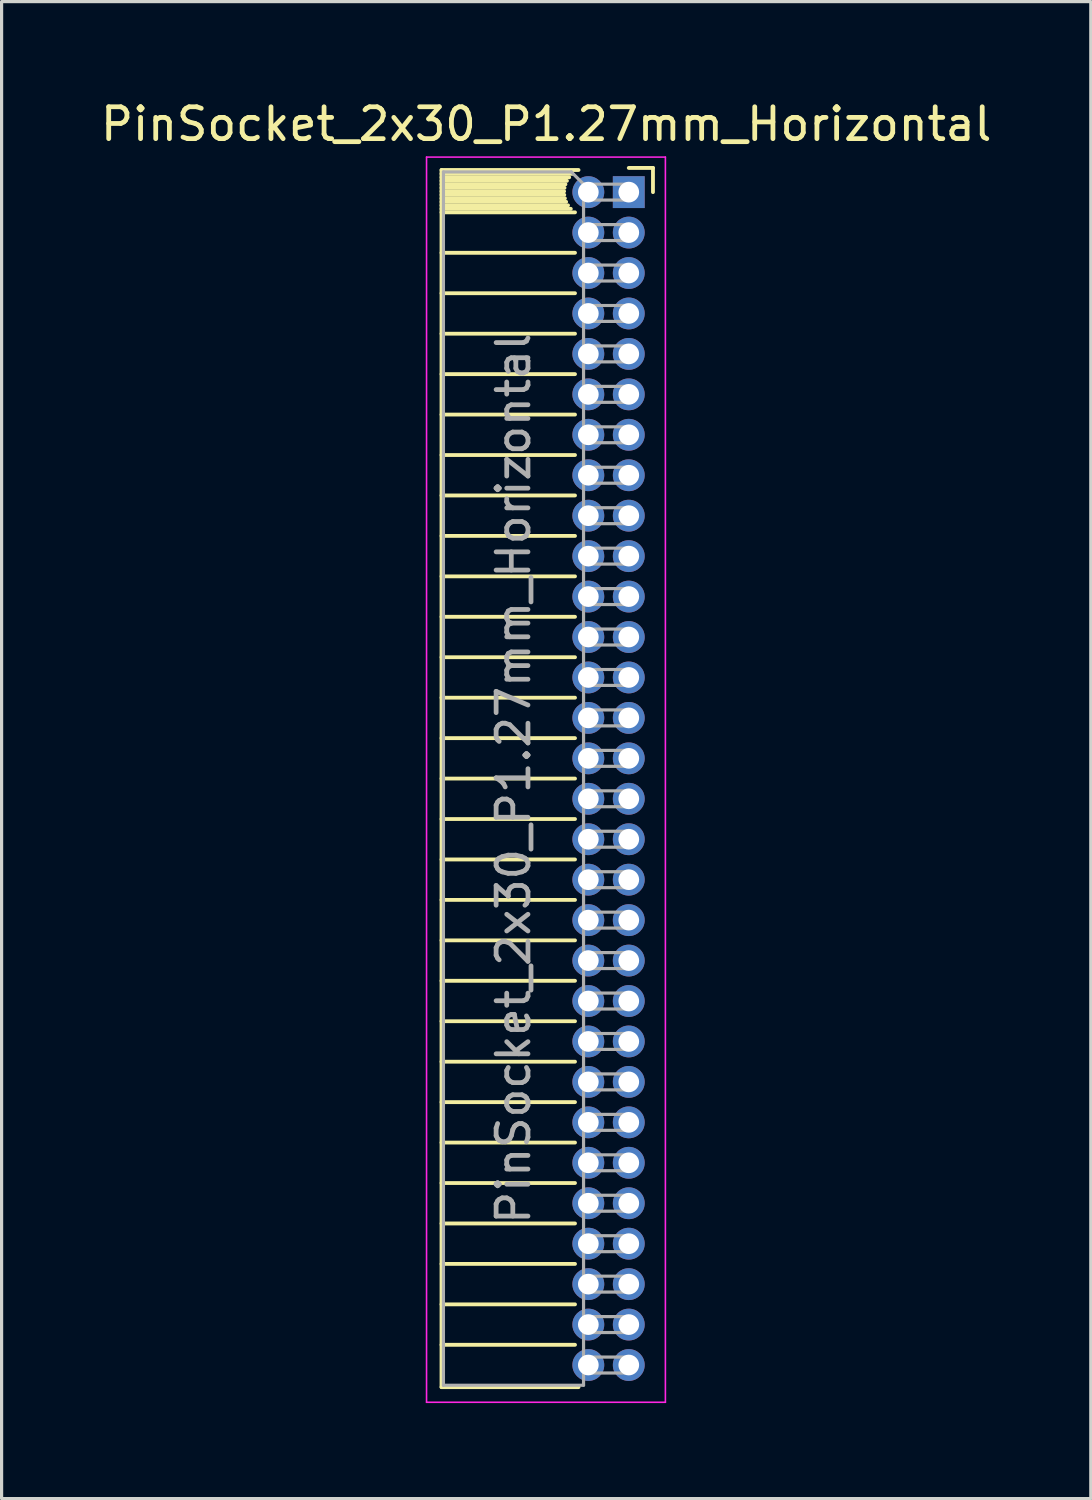
<source format=kicad_pcb>
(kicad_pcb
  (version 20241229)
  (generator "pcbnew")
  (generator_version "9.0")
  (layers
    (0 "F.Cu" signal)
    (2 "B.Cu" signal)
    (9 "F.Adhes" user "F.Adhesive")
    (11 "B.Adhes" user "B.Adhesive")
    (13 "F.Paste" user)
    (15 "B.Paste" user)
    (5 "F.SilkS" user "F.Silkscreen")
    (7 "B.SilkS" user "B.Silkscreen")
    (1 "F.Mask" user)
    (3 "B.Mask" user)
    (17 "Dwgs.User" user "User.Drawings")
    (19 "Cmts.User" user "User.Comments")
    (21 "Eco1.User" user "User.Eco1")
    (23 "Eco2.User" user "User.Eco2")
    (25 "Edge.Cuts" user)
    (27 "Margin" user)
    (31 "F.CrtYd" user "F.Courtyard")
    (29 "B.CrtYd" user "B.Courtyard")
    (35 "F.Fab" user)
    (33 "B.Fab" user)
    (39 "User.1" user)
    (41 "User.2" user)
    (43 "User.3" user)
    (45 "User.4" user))
  (footprint "PinSocket_2x30_P1.27mm_Horizontal"
    (layer "F.Cu")
    (at 16.694 2.983)
    (property "Reference" "PinSocket_2x30_P1.27mm_Horizontal" (at -2.592 -2.135 0) (layer "F.SilkS") (effects (font (size 1 1) (thickness 0.15))))
    (attr through_hole)
    (fp_line (start -5.88 -0.695) (end -5.88 37.525) (stroke (width 0.12) (type solid)) (layer "F.SilkS"))
    (fp_line (start -5.88 -0.695) (end -1.578 -0.695) (stroke (width 0.12) (type solid)) (layer "F.SilkS"))
    (fp_line (start -5.88 -0.575) (end -1.767 -0.575) (stroke (width 0.12) (type solid)) (layer "F.SilkS"))
    (fp_line (start -5.88 -0.465) (end -1.871 -0.465) (stroke (width 0.12) (type solid)) (layer "F.SilkS"))
    (fp_line (start -5.88 -0.355) (end -1.942 -0.355) (stroke (width 0.12) (type solid)) (layer "F.SilkS"))
    (fp_line (start -5.88 -0.245) (end -1.989 -0.245) (stroke (width 0.12) (type solid)) (layer "F.SilkS"))
    (fp_line (start -5.88 -0.135) (end -2.018 -0.135) (stroke (width 0.12) (type solid)) (layer "F.SilkS"))
    (fp_line (start -5.88 -0.025) (end -2.03 -0.025) (stroke (width 0.12) (type solid)) (layer "F.SilkS"))
    (fp_line (start -5.88 0.085) (end -2.025 0.085) (stroke (width 0.12) (type solid)) (layer "F.SilkS"))
    (fp_line (start -5.88 0.195) (end -2.005 0.195) (stroke (width 0.12) (type solid)) (layer "F.SilkS"))
    (fp_line (start -5.88 0.305) (end -1.966 0.305) (stroke (width 0.12) (type solid)) (layer "F.SilkS"))
    (fp_line (start -5.88 0.415) (end -1.907 0.415) (stroke (width 0.12) (type solid)) (layer "F.SilkS"))
    (fp_line (start -5.88 0.525) (end -1.82 0.525) (stroke (width 0.12) (type solid)) (layer "F.SilkS"))
    (fp_line (start -5.88 0.635) (end -1.688 0.635) (stroke (width 0.12) (type solid)) (layer "F.SilkS"))
    (fp_line (start -5.88 1.905) (end -1.688 1.905) (stroke (width 0.12) (type solid)) (layer "F.SilkS"))
    (fp_line (start -5.88 3.175) (end -1.688 3.175) (stroke (width 0.12) (type solid)) (layer "F.SilkS"))
    (fp_line (start -5.88 4.445) (end -1.688 4.445) (stroke (width 0.12) (type solid)) (layer "F.SilkS"))
    (fp_line (start -5.88 5.715) (end -1.688 5.715) (stroke (width 0.12) (type solid)) (layer "F.SilkS"))
    (fp_line (start -5.88 6.985) (end -1.688 6.985) (stroke (width 0.12) (type solid)) (layer "F.SilkS"))
    (fp_line (start -5.88 8.255) (end -1.688 8.255) (stroke (width 0.12) (type solid)) (layer "F.SilkS"))
    (fp_line (start -5.88 9.525) (end -1.688 9.525) (stroke (width 0.12) (type solid)) (layer "F.SilkS"))
    (fp_line (start -5.88 10.795) (end -1.688 10.795) (stroke (width 0.12) (type solid)) (layer "F.SilkS"))
    (fp_line (start -5.88 12.065) (end -1.688 12.065) (stroke (width 0.12) (type solid)) (layer "F.SilkS"))
    (fp_line (start -5.88 13.335) (end -1.688 13.335) (stroke (width 0.12) (type solid)) (layer "F.SilkS"))
    (fp_line (start -5.88 14.605) (end -1.688 14.605) (stroke (width 0.12) (type solid)) (layer "F.SilkS"))
    (fp_line (start -5.88 15.875) (end -1.688 15.875) (stroke (width 0.12) (type solid)) (layer "F.SilkS"))
    (fp_line (start -5.88 17.145) (end -1.688 17.145) (stroke (width 0.12) (type solid)) (layer "F.SilkS"))
    (fp_line (start -5.88 18.415) (end -1.688 18.415) (stroke (width 0.12) (type solid)) (layer "F.SilkS"))
    (fp_line (start -5.88 19.685) (end -1.688 19.685) (stroke (width 0.12) (type solid)) (layer "F.SilkS"))
    (fp_line (start -5.88 20.955) (end -1.688 20.955) (stroke (width 0.12) (type solid)) (layer "F.SilkS"))
    (fp_line (start -5.88 22.225) (end -1.688 22.225) (stroke (width 0.12) (type solid)) (layer "F.SilkS"))
    (fp_line (start -5.88 23.495) (end -1.688 23.495) (stroke (width 0.12) (type solid)) (layer "F.SilkS"))
    (fp_line (start -5.88 24.765) (end -1.688 24.765) (stroke (width 0.12) (type solid)) (layer "F.SilkS"))
    (fp_line (start -5.88 26.035) (end -1.688 26.035) (stroke (width 0.12) (type solid)) (layer "F.SilkS"))
    (fp_line (start -5.88 27.305) (end -1.688 27.305) (stroke (width 0.12) (type solid)) (layer "F.SilkS"))
    (fp_line (start -5.88 28.575) (end -1.688 28.575) (stroke (width 0.12) (type solid)) (layer "F.SilkS"))
    (fp_line (start -5.88 29.845) (end -1.688 29.845) (stroke (width 0.12) (type solid)) (layer "F.SilkS"))
    (fp_line (start -5.88 31.115) (end -1.688 31.115) (stroke (width 0.12) (type solid)) (layer "F.SilkS"))
    (fp_line (start -5.88 32.385) (end -1.688 32.385) (stroke (width 0.12) (type solid)) (layer "F.SilkS"))
    (fp_line (start -5.88 33.655) (end -1.688 33.655) (stroke (width 0.12) (type solid)) (layer "F.SilkS"))
    (fp_line (start -5.88 34.925) (end -1.688 34.925) (stroke (width 0.12) (type solid)) (layer "F.SilkS"))
    (fp_line (start -5.88 36.195) (end -1.688 36.195) (stroke (width 0.12) (type solid)) (layer "F.SilkS"))
    (fp_line (start -5.88 37.525) (end -1.578 37.525) (stroke (width 0.12) (type solid)) (layer "F.SilkS"))
    (fp_line (start 0 -0.76) (end 0.76 -0.76) (stroke (width 0.12) (type solid)) (layer "F.SilkS"))
    (fp_line (start 0.76 -0.76) (end 0.76 0) (stroke (width 0.12) (type solid)) (layer "F.SilkS"))
    (fp_line (start -6.35 -1.1) (end -6.35 38) (stroke (width 0.05) (type solid)) (layer "F.CrtYd"))
    (fp_line (start -6.35 38) (end 1.15 38) (stroke (width 0.05) (type solid)) (layer "F.CrtYd"))
    (fp_line (start 1.15 -1.1) (end -6.35 -1.1) (stroke (width 0.05) (type solid)) (layer "F.CrtYd"))
    (fp_line (start 1.15 38) (end 1.15 -1.1) (stroke (width 0.05) (type solid)) (layer "F.CrtYd"))
    (fp_line (start -5.82 -0.635) (end -1.805 -0.635) (stroke (width 0.1) (type solid)) (layer "F.Fab"))
    (fp_line (start -5.82 37.465) (end -5.82 -0.635) (stroke (width 0.1) (type solid)) (layer "F.Fab"))
    (fp_line (start -1.805 -0.635) (end -1.42 -0.25) (stroke (width 0.1) (type solid)) (layer "F.Fab"))
    (fp_line (start -1.42 -0.25) (end -1.42 37.465) (stroke (width 0.1) (type solid)) (layer "F.Fab"))
    (fp_line (start -1.42 0.25) (end 0 0.25) (stroke (width 0.1) (type solid)) (layer "F.Fab"))
    (fp_line (start -1.42 1.52) (end 0 1.52) (stroke (width 0.1) (type solid)) (layer "F.Fab"))
    (fp_line (start -1.42 2.79) (end 0 2.79) (stroke (width 0.1) (type solid)) (layer "F.Fab"))
    (fp_line (start -1.42 4.06) (end 0 4.06) (stroke (width 0.1) (type solid)) (layer "F.Fab"))
    (fp_line (start -1.42 5.33) (end 0 5.33) (stroke (width 0.1) (type solid)) (layer "F.Fab"))
    (fp_line (start -1.42 6.6) (end 0 6.6) (stroke (width 0.1) (type solid)) (layer "F.Fab"))
    (fp_line (start -1.42 7.87) (end 0 7.87) (stroke (width 0.1) (type solid)) (layer "F.Fab"))
    (fp_line (start -1.42 9.14) (end 0 9.14) (stroke (width 0.1) (type solid)) (layer "F.Fab"))
    (fp_line (start -1.42 10.41) (end 0 10.41) (stroke (width 0.1) (type solid)) (layer "F.Fab"))
    (fp_line (start -1.42 11.68) (end 0 11.68) (stroke (width 0.1) (type solid)) (layer "F.Fab"))
    (fp_line (start -1.42 12.95) (end 0 12.95) (stroke (width 0.1) (type solid)) (layer "F.Fab"))
    (fp_line (start -1.42 14.22) (end 0 14.22) (stroke (width 0.1) (type solid)) (layer "F.Fab"))
    (fp_line (start -1.42 15.49) (end 0 15.49) (stroke (width 0.1) (type solid)) (layer "F.Fab"))
    (fp_line (start -1.42 16.76) (end 0 16.76) (stroke (width 0.1) (type solid)) (layer "F.Fab"))
    (fp_line (start -1.42 18.03) (end 0 18.03) (stroke (width 0.1) (type solid)) (layer "F.Fab"))
    (fp_line (start -1.42 19.3) (end 0 19.3) (stroke (width 0.1) (type solid)) (layer "F.Fab"))
    (fp_line (start -1.42 20.57) (end 0 20.57) (stroke (width 0.1) (type solid)) (layer "F.Fab"))
    (fp_line (start -1.42 21.84) (end 0 21.84) (stroke (width 0.1) (type solid)) (layer "F.Fab"))
    (fp_line (start -1.42 23.11) (end 0 23.11) (stroke (width 0.1) (type solid)) (layer "F.Fab"))
    (fp_line (start -1.42 24.38) (end 0 24.38) (stroke (width 0.1) (type solid)) (layer "F.Fab"))
    (fp_line (start -1.42 25.65) (end 0 25.65) (stroke (width 0.1) (type solid)) (layer "F.Fab"))
    (fp_line (start -1.42 26.92) (end 0 26.92) (stroke (width 0.1) (type solid)) (layer "F.Fab"))
    (fp_line (start -1.42 28.19) (end 0 28.19) (stroke (width 0.1) (type solid)) (layer "F.Fab"))
    (fp_line (start -1.42 29.46) (end 0 29.46) (stroke (width 0.1) (type solid)) (layer "F.Fab"))
    (fp_line (start -1.42 30.73) (end 0 30.73) (stroke (width 0.1) (type solid)) (layer "F.Fab"))
    (fp_line (start -1.42 32) (end 0 32) (stroke (width 0.1) (type solid)) (layer "F.Fab"))
    (fp_line (start -1.42 33.27) (end 0 33.27) (stroke (width 0.1) (type solid)) (layer "F.Fab"))
    (fp_line (start -1.42 34.54) (end 0 34.54) (stroke (width 0.1) (type solid)) (layer "F.Fab"))
    (fp_line (start -1.42 35.81) (end 0 35.81) (stroke (width 0.1) (type solid)) (layer "F.Fab"))
    (fp_line (start -1.42 37.08) (end 0 37.08) (stroke (width 0.1) (type solid)) (layer "F.Fab"))
    (fp_line (start -1.42 37.465) (end -5.82 37.465) (stroke (width 0.1) (type solid)) (layer "F.Fab"))
    (fp_line (start 0 -0.25) (end -1.42 -0.25) (stroke (width 0.1) (type solid)) (layer "F.Fab"))
    (fp_line (start 0 0.25) (end 0 -0.25) (stroke (width 0.1) (type solid)) (layer "F.Fab"))
    (fp_line (start 0 1.02) (end -1.42 1.02) (stroke (width 0.1) (type solid)) (layer "F.Fab"))
    (fp_line (start 0 1.52) (end 0 1.02) (stroke (width 0.1) (type solid)) (layer "F.Fab"))
    (fp_line (start 0 2.29) (end -1.42 2.29) (stroke (width 0.1) (type solid)) (layer "F.Fab"))
    (fp_line (start 0 2.79) (end 0 2.29) (stroke (width 0.1) (type solid)) (layer "F.Fab"))
    (fp_line (start 0 3.56) (end -1.42 3.56) (stroke (width 0.1) (type solid)) (layer "F.Fab"))
    (fp_line (start 0 4.06) (end 0 3.56) (stroke (width 0.1) (type solid)) (layer "F.Fab"))
    (fp_line (start 0 4.83) (end -1.42 4.83) (stroke (width 0.1) (type solid)) (layer "F.Fab"))
    (fp_line (start 0 5.33) (end 0 4.83) (stroke (width 0.1) (type solid)) (layer "F.Fab"))
    (fp_line (start 0 6.1) (end -1.42 6.1) (stroke (width 0.1) (type solid)) (layer "F.Fab"))
    (fp_line (start 0 6.6) (end 0 6.1) (stroke (width 0.1) (type solid)) (layer "F.Fab"))
    (fp_line (start 0 7.37) (end -1.42 7.37) (stroke (width 0.1) (type solid)) (layer "F.Fab"))
    (fp_line (start 0 7.87) (end 0 7.37) (stroke (width 0.1) (type solid)) (layer "F.Fab"))
    (fp_line (start 0 8.64) (end -1.42 8.64) (stroke (width 0.1) (type solid)) (layer "F.Fab"))
    (fp_line (start 0 9.14) (end 0 8.64) (stroke (width 0.1) (type solid)) (layer "F.Fab"))
    (fp_line (start 0 9.91) (end -1.42 9.91) (stroke (width 0.1) (type solid)) (layer "F.Fab"))
    (fp_line (start 0 10.41) (end 0 9.91) (stroke (width 0.1) (type solid)) (layer "F.Fab"))
    (fp_line (start 0 11.18) (end -1.42 11.18) (stroke (width 0.1) (type solid)) (layer "F.Fab"))
    (fp_line (start 0 11.68) (end 0 11.18) (stroke (width 0.1) (type solid)) (layer "F.Fab"))
    (fp_line (start 0 12.45) (end -1.42 12.45) (stroke (width 0.1) (type solid)) (layer "F.Fab"))
    (fp_line (start 0 12.95) (end 0 12.45) (stroke (width 0.1) (type solid)) (layer "F.Fab"))
    (fp_line (start 0 13.72) (end -1.42 13.72) (stroke (width 0.1) (type solid)) (layer "F.Fab"))
    (fp_line (start 0 14.22) (end 0 13.72) (stroke (width 0.1) (type solid)) (layer "F.Fab"))
    (fp_line (start 0 14.99) (end -1.42 14.99) (stroke (width 0.1) (type solid)) (layer "F.Fab"))
    (fp_line (start 0 15.49) (end 0 14.99) (stroke (width 0.1) (type solid)) (layer "F.Fab"))
    (fp_line (start 0 16.26) (end -1.42 16.26) (stroke (width 0.1) (type solid)) (layer "F.Fab"))
    (fp_line (start 0 16.76) (end 0 16.26) (stroke (width 0.1) (type solid)) (layer "F.Fab"))
    (fp_line (start 0 17.53) (end -1.42 17.53) (stroke (width 0.1) (type solid)) (layer "F.Fab"))
    (fp_line (start 0 18.03) (end 0 17.53) (stroke (width 0.1) (type solid)) (layer "F.Fab"))
    (fp_line (start 0 18.8) (end -1.42 18.8) (stroke (width 0.1) (type solid)) (layer "F.Fab"))
    (fp_line (start 0 19.3) (end 0 18.8) (stroke (width 0.1) (type solid)) (layer "F.Fab"))
    (fp_line (start 0 20.07) (end -1.42 20.07) (stroke (width 0.1) (type solid)) (layer "F.Fab"))
    (fp_line (start 0 20.57) (end 0 20.07) (stroke (width 0.1) (type solid)) (layer "F.Fab"))
    (fp_line (start 0 21.34) (end -1.42 21.34) (stroke (width 0.1) (type solid)) (layer "F.Fab"))
    (fp_line (start 0 21.84) (end 0 21.34) (stroke (width 0.1) (type solid)) (layer "F.Fab"))
    (fp_line (start 0 22.61) (end -1.42 22.61) (stroke (width 0.1) (type solid)) (layer "F.Fab"))
    (fp_line (start 0 23.11) (end 0 22.61) (stroke (width 0.1) (type solid)) (layer "F.Fab"))
    (fp_line (start 0 23.88) (end -1.42 23.88) (stroke (width 0.1) (type solid)) (layer "F.Fab"))
    (fp_line (start 0 24.38) (end 0 23.88) (stroke (width 0.1) (type solid)) (layer "F.Fab"))
    (fp_line (start 0 25.15) (end -1.42 25.15) (stroke (width 0.1) (type solid)) (layer "F.Fab"))
    (fp_line (start 0 25.65) (end 0 25.15) (stroke (width 0.1) (type solid)) (layer "F.Fab"))
    (fp_line (start 0 26.42) (end -1.42 26.42) (stroke (width 0.1) (type solid)) (layer "F.Fab"))
    (fp_line (start 0 26.92) (end 0 26.42) (stroke (width 0.1) (type solid)) (layer "F.Fab"))
    (fp_line (start 0 27.69) (end -1.42 27.69) (stroke (width 0.1) (type solid)) (layer "F.Fab"))
    (fp_line (start 0 28.19) (end 0 27.69) (stroke (width 0.1) (type solid)) (layer "F.Fab"))
    (fp_line (start 0 28.96) (end -1.42 28.96) (stroke (width 0.1) (type solid)) (layer "F.Fab"))
    (fp_line (start 0 29.46) (end 0 28.96) (stroke (width 0.1) (type solid)) (layer "F.Fab"))
    (fp_line (start 0 30.23) (end -1.42 30.23) (stroke (width 0.1) (type solid)) (layer "F.Fab"))
    (fp_line (start 0 30.73) (end 0 30.23) (stroke (width 0.1) (type solid)) (layer "F.Fab"))
    (fp_line (start 0 31.5) (end -1.42 31.5) (stroke (width 0.1) (type solid)) (layer "F.Fab"))
    (fp_line (start 0 32) (end 0 31.5) (stroke (width 0.1) (type solid)) (layer "F.Fab"))
    (fp_line (start 0 32.77) (end -1.42 32.77) (stroke (width 0.1) (type solid)) (layer "F.Fab"))
    (fp_line (start 0 33.27) (end 0 32.77) (stroke (width 0.1) (type solid)) (layer "F.Fab"))
    (fp_line (start 0 34.04) (end -1.42 34.04) (stroke (width 0.1) (type solid)) (layer "F.Fab"))
    (fp_line (start 0 34.54) (end 0 34.04) (stroke (width 0.1) (type solid)) (layer "F.Fab"))
    (fp_line (start 0 35.31) (end -1.42 35.31) (stroke (width 0.1) (type solid)) (layer "F.Fab"))
    (fp_line (start 0 35.81) (end 0 35.31) (stroke (width 0.1) (type solid)) (layer "F.Fab"))
    (fp_line (start 0 36.58) (end -1.42 36.58) (stroke (width 0.1) (type solid)) (layer "F.Fab"))
    (fp_line (start 0 37.08) (end 0 36.58) (stroke (width 0.1) (type solid)) (layer "F.Fab"))
    (fp_text user "${REFERENCE}" (at -3.62 18.415 90) (layer "F.Fab") (effects (font (size 1 1) (thickness 0.15))))
    (pad "1" thru_hole rect (at 0 0) (size 1 1) (drill 0.65) (layers "*.Cu" "*.Mask"))
    (pad "2" thru_hole circle (at -1.27 0) (size 1 1) (drill 0.65) (layers "*.Cu" "*.Mask"))
    (pad "3" thru_hole circle (at 0 1.27) (size 1 1) (drill 0.65) (layers "*.Cu" "*.Mask"))
    (pad "4" thru_hole circle (at -1.27 1.27) (size 1 1) (drill 0.65) (layers "*.Cu" "*.Mask"))
    (pad "5" thru_hole circle (at 0 2.54) (size 1 1) (drill 0.65) (layers "*.Cu" "*.Mask"))
    (pad "6" thru_hole circle (at -1.27 2.54) (size 1 1) (drill 0.65) (layers "*.Cu" "*.Mask"))
    (pad "7" thru_hole circle (at 0 3.81) (size 1 1) (drill 0.65) (layers "*.Cu" "*.Mask"))
    (pad "8" thru_hole circle (at -1.27 3.81) (size 1 1) (drill 0.65) (layers "*.Cu" "*.Mask"))
    (pad "9" thru_hole circle (at 0 5.08) (size 1 1) (drill 0.65) (layers "*.Cu" "*.Mask"))
    (pad "10" thru_hole circle (at -1.27 5.08) (size 1 1) (drill 0.65) (layers "*.Cu" "*.Mask"))
    (pad "11" thru_hole circle (at 0 6.35) (size 1 1) (drill 0.65) (layers "*.Cu" "*.Mask"))
    (pad "12" thru_hole circle (at -1.27 6.35) (size 1 1) (drill 0.65) (layers "*.Cu" "*.Mask"))
    (pad "13" thru_hole circle (at 0 7.62) (size 1 1) (drill 0.65) (layers "*.Cu" "*.Mask"))
    (pad "14" thru_hole circle (at -1.27 7.62) (size 1 1) (drill 0.65) (layers "*.Cu" "*.Mask"))
    (pad "15" thru_hole circle (at 0 8.89) (size 1 1) (drill 0.65) (layers "*.Cu" "*.Mask"))
    (pad "16" thru_hole circle (at -1.27 8.89) (size 1 1) (drill 0.65) (layers "*.Cu" "*.Mask"))
    (pad "17" thru_hole circle (at 0 10.16) (size 1 1) (drill 0.65) (layers "*.Cu" "*.Mask"))
    (pad "18" thru_hole circle (at -1.27 10.16) (size 1 1) (drill 0.65) (layers "*.Cu" "*.Mask"))
    (pad "19" thru_hole circle (at 0 11.43) (size 1 1) (drill 0.65) (layers "*.Cu" "*.Mask"))
    (pad "20" thru_hole circle (at -1.27 11.43) (size 1 1) (drill 0.65) (layers "*.Cu" "*.Mask"))
    (pad "21" thru_hole circle (at 0 12.7) (size 1 1) (drill 0.65) (layers "*.Cu" "*.Mask"))
    (pad "22" thru_hole circle (at -1.27 12.7) (size 1 1) (drill 0.65) (layers "*.Cu" "*.Mask"))
    (pad "23" thru_hole circle (at 0 13.97) (size 1 1) (drill 0.65) (layers "*.Cu" "*.Mask"))
    (pad "24" thru_hole circle (at -1.27 13.97) (size 1 1) (drill 0.65) (layers "*.Cu" "*.Mask"))
    (pad "25" thru_hole circle (at 0 15.24) (size 1 1) (drill 0.65) (layers "*.Cu" "*.Mask"))
    (pad "26" thru_hole circle (at -1.27 15.24) (size 1 1) (drill 0.65) (layers "*.Cu" "*.Mask"))
    (pad "27" thru_hole circle (at 0 16.51) (size 1 1) (drill 0.65) (layers "*.Cu" "*.Mask"))
    (pad "28" thru_hole circle (at -1.27 16.51) (size 1 1) (drill 0.65) (layers "*.Cu" "*.Mask"))
    (pad "29" thru_hole circle (at 0 17.78) (size 1 1) (drill 0.65) (layers "*.Cu" "*.Mask"))
    (pad "30" thru_hole circle (at -1.27 17.78) (size 1 1) (drill 0.65) (layers "*.Cu" "*.Mask"))
    (pad "31" thru_hole circle (at 0 19.05) (size 1 1) (drill 0.65) (layers "*.Cu" "*.Mask"))
    (pad "32" thru_hole circle (at -1.27 19.05) (size 1 1) (drill 0.65) (layers "*.Cu" "*.Mask"))
    (pad "33" thru_hole circle (at 0 20.32) (size 1 1) (drill 0.65) (layers "*.Cu" "*.Mask"))
    (pad "34" thru_hole circle (at -1.27 20.32) (size 1 1) (drill 0.65) (layers "*.Cu" "*.Mask"))
    (pad "35" thru_hole circle (at 0 21.59) (size 1 1) (drill 0.65) (layers "*.Cu" "*.Mask"))
    (pad "36" thru_hole circle (at -1.27 21.59) (size 1 1) (drill 0.65) (layers "*.Cu" "*.Mask"))
    (pad "37" thru_hole circle (at 0 22.86) (size 1 1) (drill 0.65) (layers "*.Cu" "*.Mask"))
    (pad "38" thru_hole circle (at -1.27 22.86) (size 1 1) (drill 0.65) (layers "*.Cu" "*.Mask"))
    (pad "39" thru_hole circle (at 0 24.13) (size 1 1) (drill 0.65) (layers "*.Cu" "*.Mask"))
    (pad "40" thru_hole circle (at -1.27 24.13) (size 1 1) (drill 0.65) (layers "*.Cu" "*.Mask"))
    (pad "41" thru_hole circle (at 0 25.4) (size 1 1) (drill 0.65) (layers "*.Cu" "*.Mask"))
    (pad "42" thru_hole circle (at -1.27 25.4) (size 1 1) (drill 0.65) (layers "*.Cu" "*.Mask"))
    (pad "43" thru_hole circle (at 0 26.67) (size 1 1) (drill 0.65) (layers "*.Cu" "*.Mask"))
    (pad "44" thru_hole circle (at -1.27 26.67) (size 1 1) (drill 0.65) (layers "*.Cu" "*.Mask"))
    (pad "45" thru_hole circle (at 0 27.94) (size 1 1) (drill 0.65) (layers "*.Cu" "*.Mask"))
    (pad "46" thru_hole circle (at -1.27 27.94) (size 1 1) (drill 0.65) (layers "*.Cu" "*.Mask"))
    (pad "47" thru_hole circle (at 0 29.21) (size 1 1) (drill 0.65) (layers "*.Cu" "*.Mask"))
    (pad "48" thru_hole circle (at -1.27 29.21) (size 1 1) (drill 0.65) (layers "*.Cu" "*.Mask"))
    (pad "49" thru_hole circle (at 0 30.48) (size 1 1) (drill 0.65) (layers "*.Cu" "*.Mask"))
    (pad "50" thru_hole circle (at -1.27 30.48) (size 1 1) (drill 0.65) (layers "*.Cu" "*.Mask"))
    (pad "51" thru_hole circle (at 0 31.75) (size 1 1) (drill 0.65) (layers "*.Cu" "*.Mask"))
    (pad "52" thru_hole circle (at -1.27 31.75) (size 1 1) (drill 0.65) (layers "*.Cu" "*.Mask"))
    (pad "53" thru_hole circle (at 0 33.02) (size 1 1) (drill 0.65) (layers "*.Cu" "*.Mask"))
    (pad "54" thru_hole circle (at -1.27 33.02) (size 1 1) (drill 0.65) (layers "*.Cu" "*.Mask"))
    (pad "55" thru_hole circle (at 0 34.29) (size 1 1) (drill 0.65) (layers "*.Cu" "*.Mask"))
    (pad "56" thru_hole circle (at -1.27 34.29) (size 1 1) (drill 0.65) (layers "*.Cu" "*.Mask"))
    (pad "57" thru_hole circle (at 0 35.56) (size 1 1) (drill 0.65) (layers "*.Cu" "*.Mask"))
    (pad "58" thru_hole circle (at -1.27 35.56) (size 1 1) (drill 0.65) (layers "*.Cu" "*.Mask"))
    (pad "59" thru_hole circle (at 0 36.83) (size 1 1) (drill 0.65) (layers "*.Cu" "*.Mask"))
    (pad "60" thru_hole circle (at -1.27 36.83) (size 1 1) (drill 0.65) (layers "*.Cu" "*.Mask")))
  (gr_rect
    (start -3 -3)
    (end 31.202 44.008)
    (stroke (width 0.1) (type default))
    (fill no)
    (layer "Edge.Cuts")))
</source>
